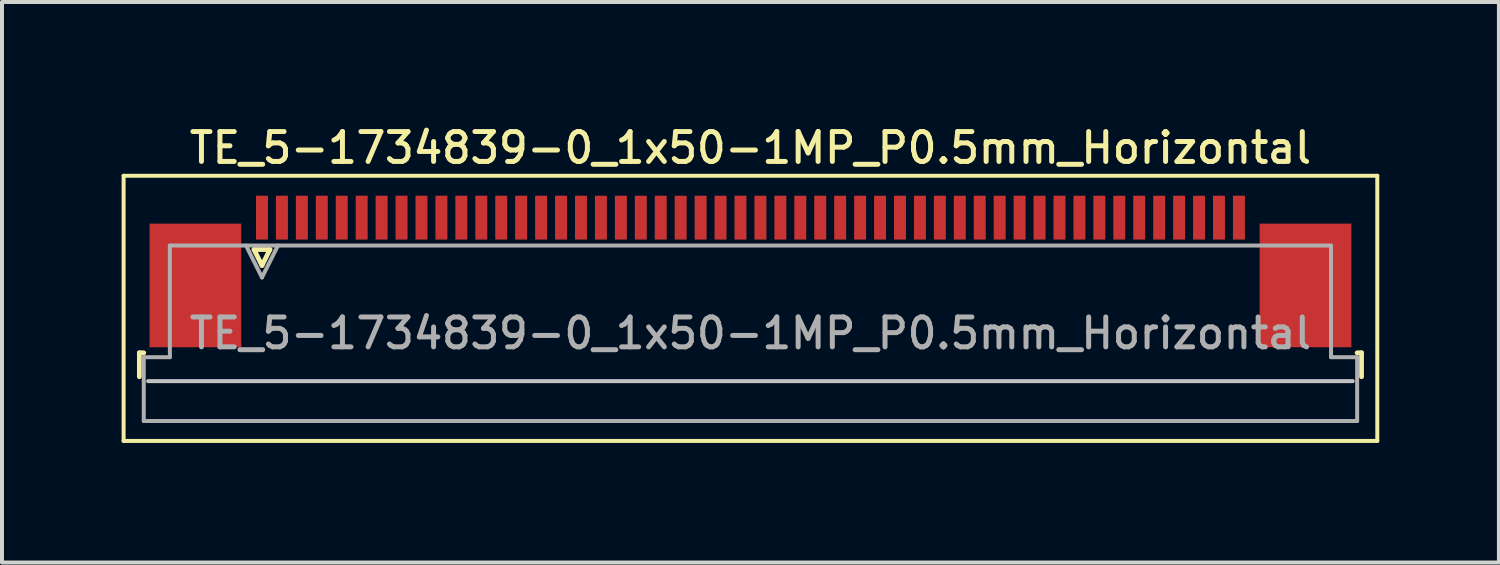
<source format=kicad_pcb>
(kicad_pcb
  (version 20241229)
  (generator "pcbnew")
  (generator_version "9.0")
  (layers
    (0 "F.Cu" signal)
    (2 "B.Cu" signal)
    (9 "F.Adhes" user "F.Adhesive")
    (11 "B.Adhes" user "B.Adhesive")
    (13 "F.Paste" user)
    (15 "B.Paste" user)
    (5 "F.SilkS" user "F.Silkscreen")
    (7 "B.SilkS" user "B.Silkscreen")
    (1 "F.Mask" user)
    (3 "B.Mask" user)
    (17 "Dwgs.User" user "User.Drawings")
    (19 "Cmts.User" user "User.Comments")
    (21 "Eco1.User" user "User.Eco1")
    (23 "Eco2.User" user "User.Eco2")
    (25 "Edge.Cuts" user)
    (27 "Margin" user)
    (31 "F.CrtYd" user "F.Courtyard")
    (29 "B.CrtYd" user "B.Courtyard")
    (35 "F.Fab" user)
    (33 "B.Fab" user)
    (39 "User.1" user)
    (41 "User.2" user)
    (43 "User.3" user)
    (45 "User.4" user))
  (footprint "TE_5-1734839-0_1x50-1MP_P0.5mm_Horizontal"
    (layer "F.Cu")
    (at 15.77 3.758)
    (property "Reference" "TE_5-1734839-0_1x50-1MP_P0.5mm_Horizontal" (at 0 -3.1 0) (layer "F.SilkS") (effects (font (size 0.75 0.75) (thickness 0.125))))
    (attr smd)
    (fp_line (start -15.72 -2.4) (end -15.72 4.25) (stroke (width 0.1) (type solid)) (layer "F.SilkS"))
    (fp_line (start -15.72 4.25) (end 15.72 4.25) (stroke (width 0.1) (type solid)) (layer "F.SilkS"))
    (fp_line (start -15.325 2.04) (end -15.325 2.64) (stroke (width 0.12) (type solid)) (layer "F.SilkS"))
    (fp_line (start -15.215 2.04) (end -15.325 2.04) (stroke (width 0.12) (type solid)) (layer "F.SilkS"))
    (fp_line (start -12.45 -0.55) (end -12.25 -0.15) (stroke (width 0.12) (type solid)) (layer "F.SilkS"))
    (fp_line (start -12.25 -0.15) (end -12.05 -0.55) (stroke (width 0.12) (type solid)) (layer "F.SilkS"))
    (fp_line (start -12.05 -0.55) (end -12.45 -0.55) (stroke (width 0.12) (type solid)) (layer "F.SilkS"))
    (fp_line (start 15.215 2.04) (end 15.325 2.04) (stroke (width 0.12) (type solid)) (layer "F.SilkS"))
    (fp_line (start 15.325 2.04) (end 15.325 2.64) (stroke (width 0.12) (type solid)) (layer "F.SilkS"))
    (fp_line (start 15.72 -2.4) (end -15.72 -2.4) (stroke (width 0.1) (type solid)) (layer "F.SilkS"))
    (fp_line (start 15.72 4.25) (end 15.72 -2.4) (stroke (width 0.1) (type solid)) (layer "F.SilkS"))
    (fp_line (start 15.105 2.75) (end -15.105 2.75) (stroke (width 0.1) (type solid)) (layer "Dwgs.User"))
    (fp_line (start -15.215 2.15) (end -14.56 2.15) (stroke (width 0.1) (type solid)) (layer "F.Fab"))
    (fp_line (start -15.215 3.75) (end -15.215 2.15) (stroke (width 0.1) (type solid)) (layer "F.Fab"))
    (fp_line (start -14.56 -0.65) (end 14.56 -0.65) (stroke (width 0.1) (type solid)) (layer "F.Fab"))
    (fp_line (start -14.56 2.15) (end -14.56 -0.65) (stroke (width 0.1) (type solid)) (layer "F.Fab"))
    (fp_line (start -12.65 -0.65) (end -12.25 0.15) (stroke (width 0.1) (type solid)) (layer "F.Fab"))
    (fp_line (start -12.25 0.15) (end -11.85 -0.65) (stroke (width 0.1) (type solid)) (layer "F.Fab"))
    (fp_line (start 14.56 -0.65) (end 14.56 2.15) (stroke (width 0.1) (type solid)) (layer "F.Fab"))
    (fp_line (start 14.56 2.15) (end 15.215 2.15) (stroke (width 0.1) (type solid)) (layer "F.Fab"))
    (fp_line (start 15.215 2.15) (end 15.215 3.75) (stroke (width 0.1) (type solid)) (layer "F.Fab"))
    (fp_line (start 15.215 3.75) (end -15.215 3.75) (stroke (width 0.1) (type solid)) (layer "F.Fab"))
    (fp_text user "${REFERENCE}" (at 0 1.55 0) (layer "F.Fab") (effects (font (size 0.75 0.75) (thickness 0.125))))
    (pad "1" smd rect (at -12.25 -1.35) (size 0.3 1.1) (layers "F.Cu" "F.Mask" "F.Paste"))
    (pad "2" smd rect (at -11.75 -1.35) (size 0.3 1.1) (layers "F.Cu" "F.Mask" "F.Paste"))
    (pad "3" smd rect (at -11.25 -1.35) (size 0.3 1.1) (layers "F.Cu" "F.Mask" "F.Paste"))
    (pad "4" smd rect (at -10.75 -1.35) (size 0.3 1.1) (layers "F.Cu" "F.Mask" "F.Paste"))
    (pad "5" smd rect (at -10.25 -1.35) (size 0.3 1.1) (layers "F.Cu" "F.Mask" "F.Paste"))
    (pad "6" smd rect (at -9.75 -1.35) (size 0.3 1.1) (layers "F.Cu" "F.Mask" "F.Paste"))
    (pad "7" smd rect (at -9.25 -1.35) (size 0.3 1.1) (layers "F.Cu" "F.Mask" "F.Paste"))
    (pad "8" smd rect (at -8.75 -1.35) (size 0.3 1.1) (layers "F.Cu" "F.Mask" "F.Paste"))
    (pad "9" smd rect (at -8.25 -1.35) (size 0.3 1.1) (layers "F.Cu" "F.Mask" "F.Paste"))
    (pad "10" smd rect (at -7.75 -1.35) (size 0.3 1.1) (layers "F.Cu" "F.Mask" "F.Paste"))
    (pad "11" smd rect (at -7.25 -1.35) (size 0.3 1.1) (layers "F.Cu" "F.Mask" "F.Paste"))
    (pad "12" smd rect (at -6.75 -1.35) (size 0.3 1.1) (layers "F.Cu" "F.Mask" "F.Paste"))
    (pad "13" smd rect (at -6.25 -1.35) (size 0.3 1.1) (layers "F.Cu" "F.Mask" "F.Paste"))
    (pad "14" smd rect (at -5.75 -1.35) (size 0.3 1.1) (layers "F.Cu" "F.Mask" "F.Paste"))
    (pad "15" smd rect (at -5.25 -1.35) (size 0.3 1.1) (layers "F.Cu" "F.Mask" "F.Paste"))
    (pad "16" smd rect (at -4.75 -1.35) (size 0.3 1.1) (layers "F.Cu" "F.Mask" "F.Paste"))
    (pad "17" smd rect (at -4.25 -1.35) (size 0.3 1.1) (layers "F.Cu" "F.Mask" "F.Paste"))
    (pad "18" smd rect (at -3.75 -1.35) (size 0.3 1.1) (layers "F.Cu" "F.Mask" "F.Paste"))
    (pad "19" smd rect (at -3.25 -1.35) (size 0.3 1.1) (layers "F.Cu" "F.Mask" "F.Paste"))
    (pad "20" smd rect (at -2.75 -1.35) (size 0.3 1.1) (layers "F.Cu" "F.Mask" "F.Paste"))
    (pad "21" smd rect (at -2.25 -1.35) (size 0.3 1.1) (layers "F.Cu" "F.Mask" "F.Paste"))
    (pad "22" smd rect (at -1.75 -1.35) (size 0.3 1.1) (layers "F.Cu" "F.Mask" "F.Paste"))
    (pad "23" smd rect (at -1.25 -1.35) (size 0.3 1.1) (layers "F.Cu" "F.Mask" "F.Paste"))
    (pad "24" smd rect (at -0.75 -1.35) (size 0.3 1.1) (layers "F.Cu" "F.Mask" "F.Paste"))
    (pad "25" smd rect (at -0.25 -1.35) (size 0.3 1.1) (layers "F.Cu" "F.Mask" "F.Paste"))
    (pad "26" smd rect (at 0.25 -1.35) (size 0.3 1.1) (layers "F.Cu" "F.Mask" "F.Paste"))
    (pad "27" smd rect (at 0.75 -1.35) (size 0.3 1.1) (layers "F.Cu" "F.Mask" "F.Paste"))
    (pad "28" smd rect (at 1.25 -1.35) (size 0.3 1.1) (layers "F.Cu" "F.Mask" "F.Paste"))
    (pad "29" smd rect (at 1.75 -1.35) (size 0.3 1.1) (layers "F.Cu" "F.Mask" "F.Paste"))
    (pad "30" smd rect (at 2.25 -1.35) (size 0.3 1.1) (layers "F.Cu" "F.Mask" "F.Paste"))
    (pad "31" smd rect (at 2.75 -1.35) (size 0.3 1.1) (layers "F.Cu" "F.Mask" "F.Paste"))
    (pad "32" smd rect (at 3.25 -1.35) (size 0.3 1.1) (layers "F.Cu" "F.Mask" "F.Paste"))
    (pad "33" smd rect (at 3.75 -1.35) (size 0.3 1.1) (layers "F.Cu" "F.Mask" "F.Paste"))
    (pad "34" smd rect (at 4.25 -1.35) (size 0.3 1.1) (layers "F.Cu" "F.Mask" "F.Paste"))
    (pad "35" smd rect (at 4.75 -1.35) (size 0.3 1.1) (layers "F.Cu" "F.Mask" "F.Paste"))
    (pad "36" smd rect (at 5.25 -1.35) (size 0.3 1.1) (layers "F.Cu" "F.Mask" "F.Paste"))
    (pad "37" smd rect (at 5.75 -1.35) (size 0.3 1.1) (layers "F.Cu" "F.Mask" "F.Paste"))
    (pad "38" smd rect (at 6.25 -1.35) (size 0.3 1.1) (layers "F.Cu" "F.Mask" "F.Paste"))
    (pad "39" smd rect (at 6.75 -1.35) (size 0.3 1.1) (layers "F.Cu" "F.Mask" "F.Paste"))
    (pad "40" smd rect (at 7.25 -1.35) (size 0.3 1.1) (layers "F.Cu" "F.Mask" "F.Paste"))
    (pad "41" smd rect (at 7.75 -1.35) (size 0.3 1.1) (layers "F.Cu" "F.Mask" "F.Paste"))
    (pad "42" smd rect (at 8.25 -1.35) (size 0.3 1.1) (layers "F.Cu" "F.Mask" "F.Paste"))
    (pad "43" smd rect (at 8.75 -1.35) (size 0.3 1.1) (layers "F.Cu" "F.Mask" "F.Paste"))
    (pad "44" smd rect (at 9.25 -1.35) (size 0.3 1.1) (layers "F.Cu" "F.Mask" "F.Paste"))
    (pad "45" smd rect (at 9.75 -1.35) (size 0.3 1.1) (layers "F.Cu" "F.Mask" "F.Paste"))
    (pad "46" smd rect (at 10.25 -1.35) (size 0.3 1.1) (layers "F.Cu" "F.Mask" "F.Paste"))
    (pad "47" smd rect (at 10.75 -1.35) (size 0.3 1.1) (layers "F.Cu" "F.Mask" "F.Paste"))
    (pad "48" smd rect (at 11.25 -1.35) (size 0.3 1.1) (layers "F.Cu" "F.Mask" "F.Paste"))
    (pad "49" smd rect (at 11.75 -1.35) (size 0.3 1.1) (layers "F.Cu" "F.Mask" "F.Paste"))
    (pad "50" smd rect (at 12.25 -1.35) (size 0.3 1.1) (layers "F.Cu" "F.Mask" "F.Paste"))
    (pad "MP" smd rect (at -13.92 0.35) (size 2.3 3.1) (layers "F.Cu" "F.Mask" "F.Paste"))
    (pad "MP" smd rect (at 13.92 0.35) (size 2.3 3.1) (layers "F.Cu" "F.Mask" "F.Paste")))
  (gr_rect
    (start -3 -3)
    (end 34.54 11.058)
    (stroke (width 0.1) (type default))
    (fill no)
    (layer "Edge.Cuts")))
</source>
